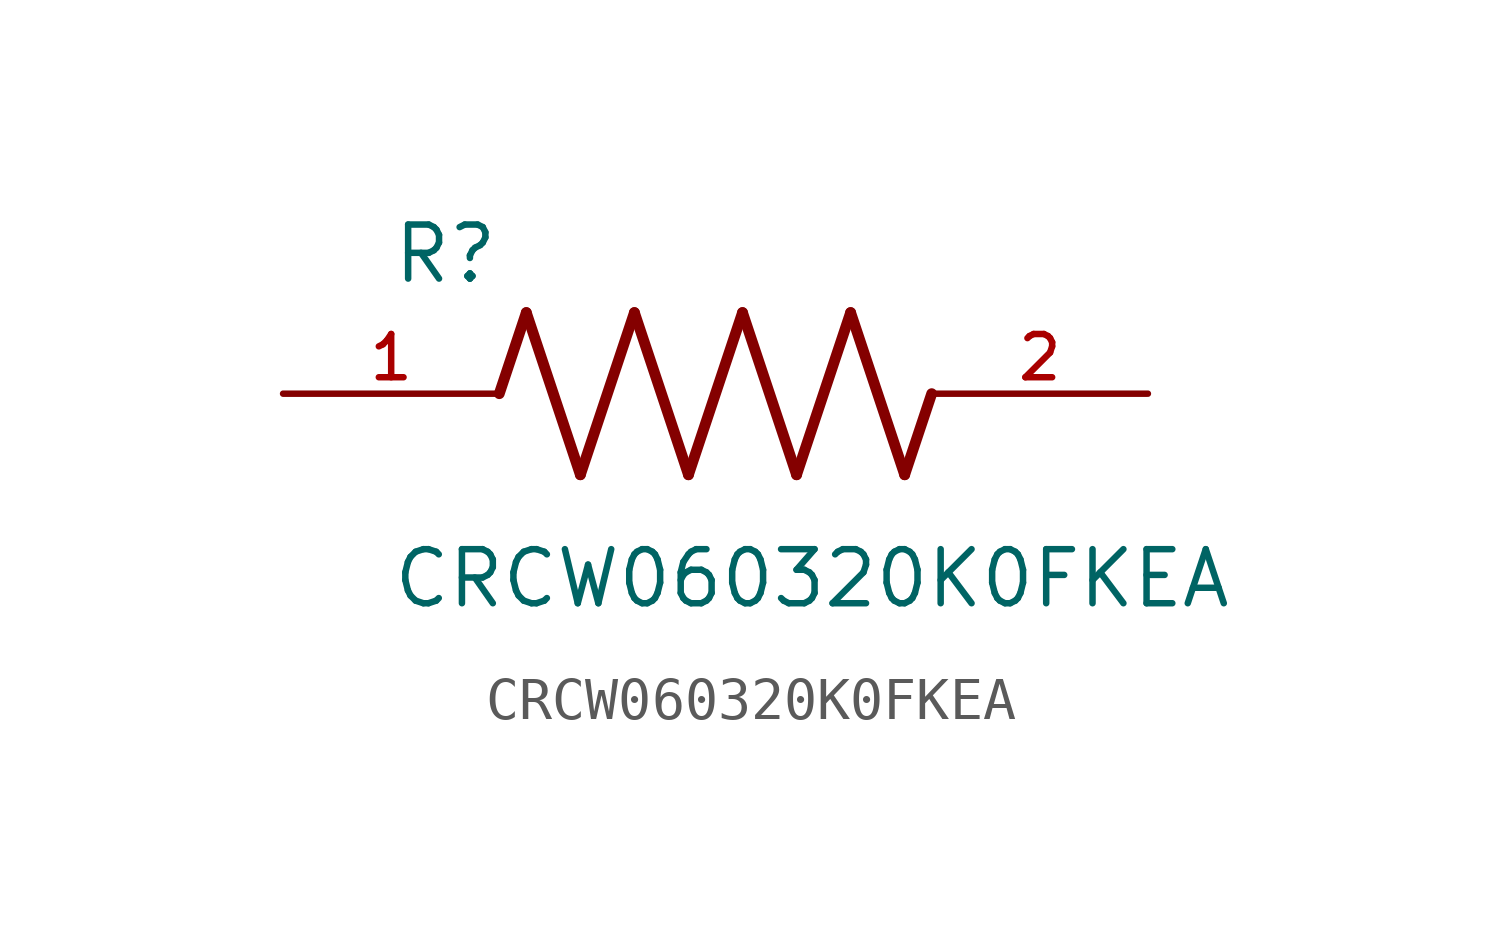
<source format=kicad_sym>
(kicad_symbol_lib
  (version 20211014)
  (generator kicad_symbol_editor)
  (symbol "CRCW060320K0FKEA"
    (pin_names
      (offset 1.016))
    (property "Reference" "R"
      (at -7.624 2.541 0)
      (effects (font (size 1.27 1.27)) (justify bottom left)))
    (property "Value" "CRCW060320K0FKEA"
      (at -7.63 -5.087 0)
      (effects (font (size 1.27 1.27)) (justify bottom left)))
    (symbol "CRCW060320K0FKEA_0_0"
      (polyline (pts (xy -5.08 0.0) (xy -4.445 1.905)) (stroke (width 0.254)))
      (polyline (pts (xy -4.445 1.905) (xy -3.175 -1.905)) (stroke (width 0.254)))
      (polyline (pts (xy -3.175 -1.905) (xy -1.905 1.905)) (stroke (width 0.254)))
      (polyline (pts (xy -1.905 1.905) (xy -0.635 -1.905)) (stroke (width 0.254)))
      (polyline (pts (xy -0.635 -1.905) (xy 0.635 1.905)) (stroke (width 0.254)))
      (polyline (pts (xy 0.635 1.905) (xy 1.905 -1.905)) (stroke (width 0.254)))
      (polyline (pts (xy 1.905 -1.905) (xy 3.175 1.905)) (stroke (width 0.254)))
      (polyline (pts (xy 3.175 1.905) (xy 4.445 -1.905)) (stroke (width 0.254)))
      (polyline (pts (xy 4.445 -1.905) (xy 5.08 0.0)) (stroke (width 0.254)))
      (pin passive line (at -10.16 0.0 0) (length 5.08) (name "~" (effects (font (size 1.016 1.016)))) (number "1" (effects (font (size 1.016 1.016)))))
      (pin passive line (at 10.16 0.0 180.0) (length 5.08) (name "~" (effects (font (size 1.016 1.016)))) (number "2" (effects (font (size 1.016 1.016))))))))
</source>
